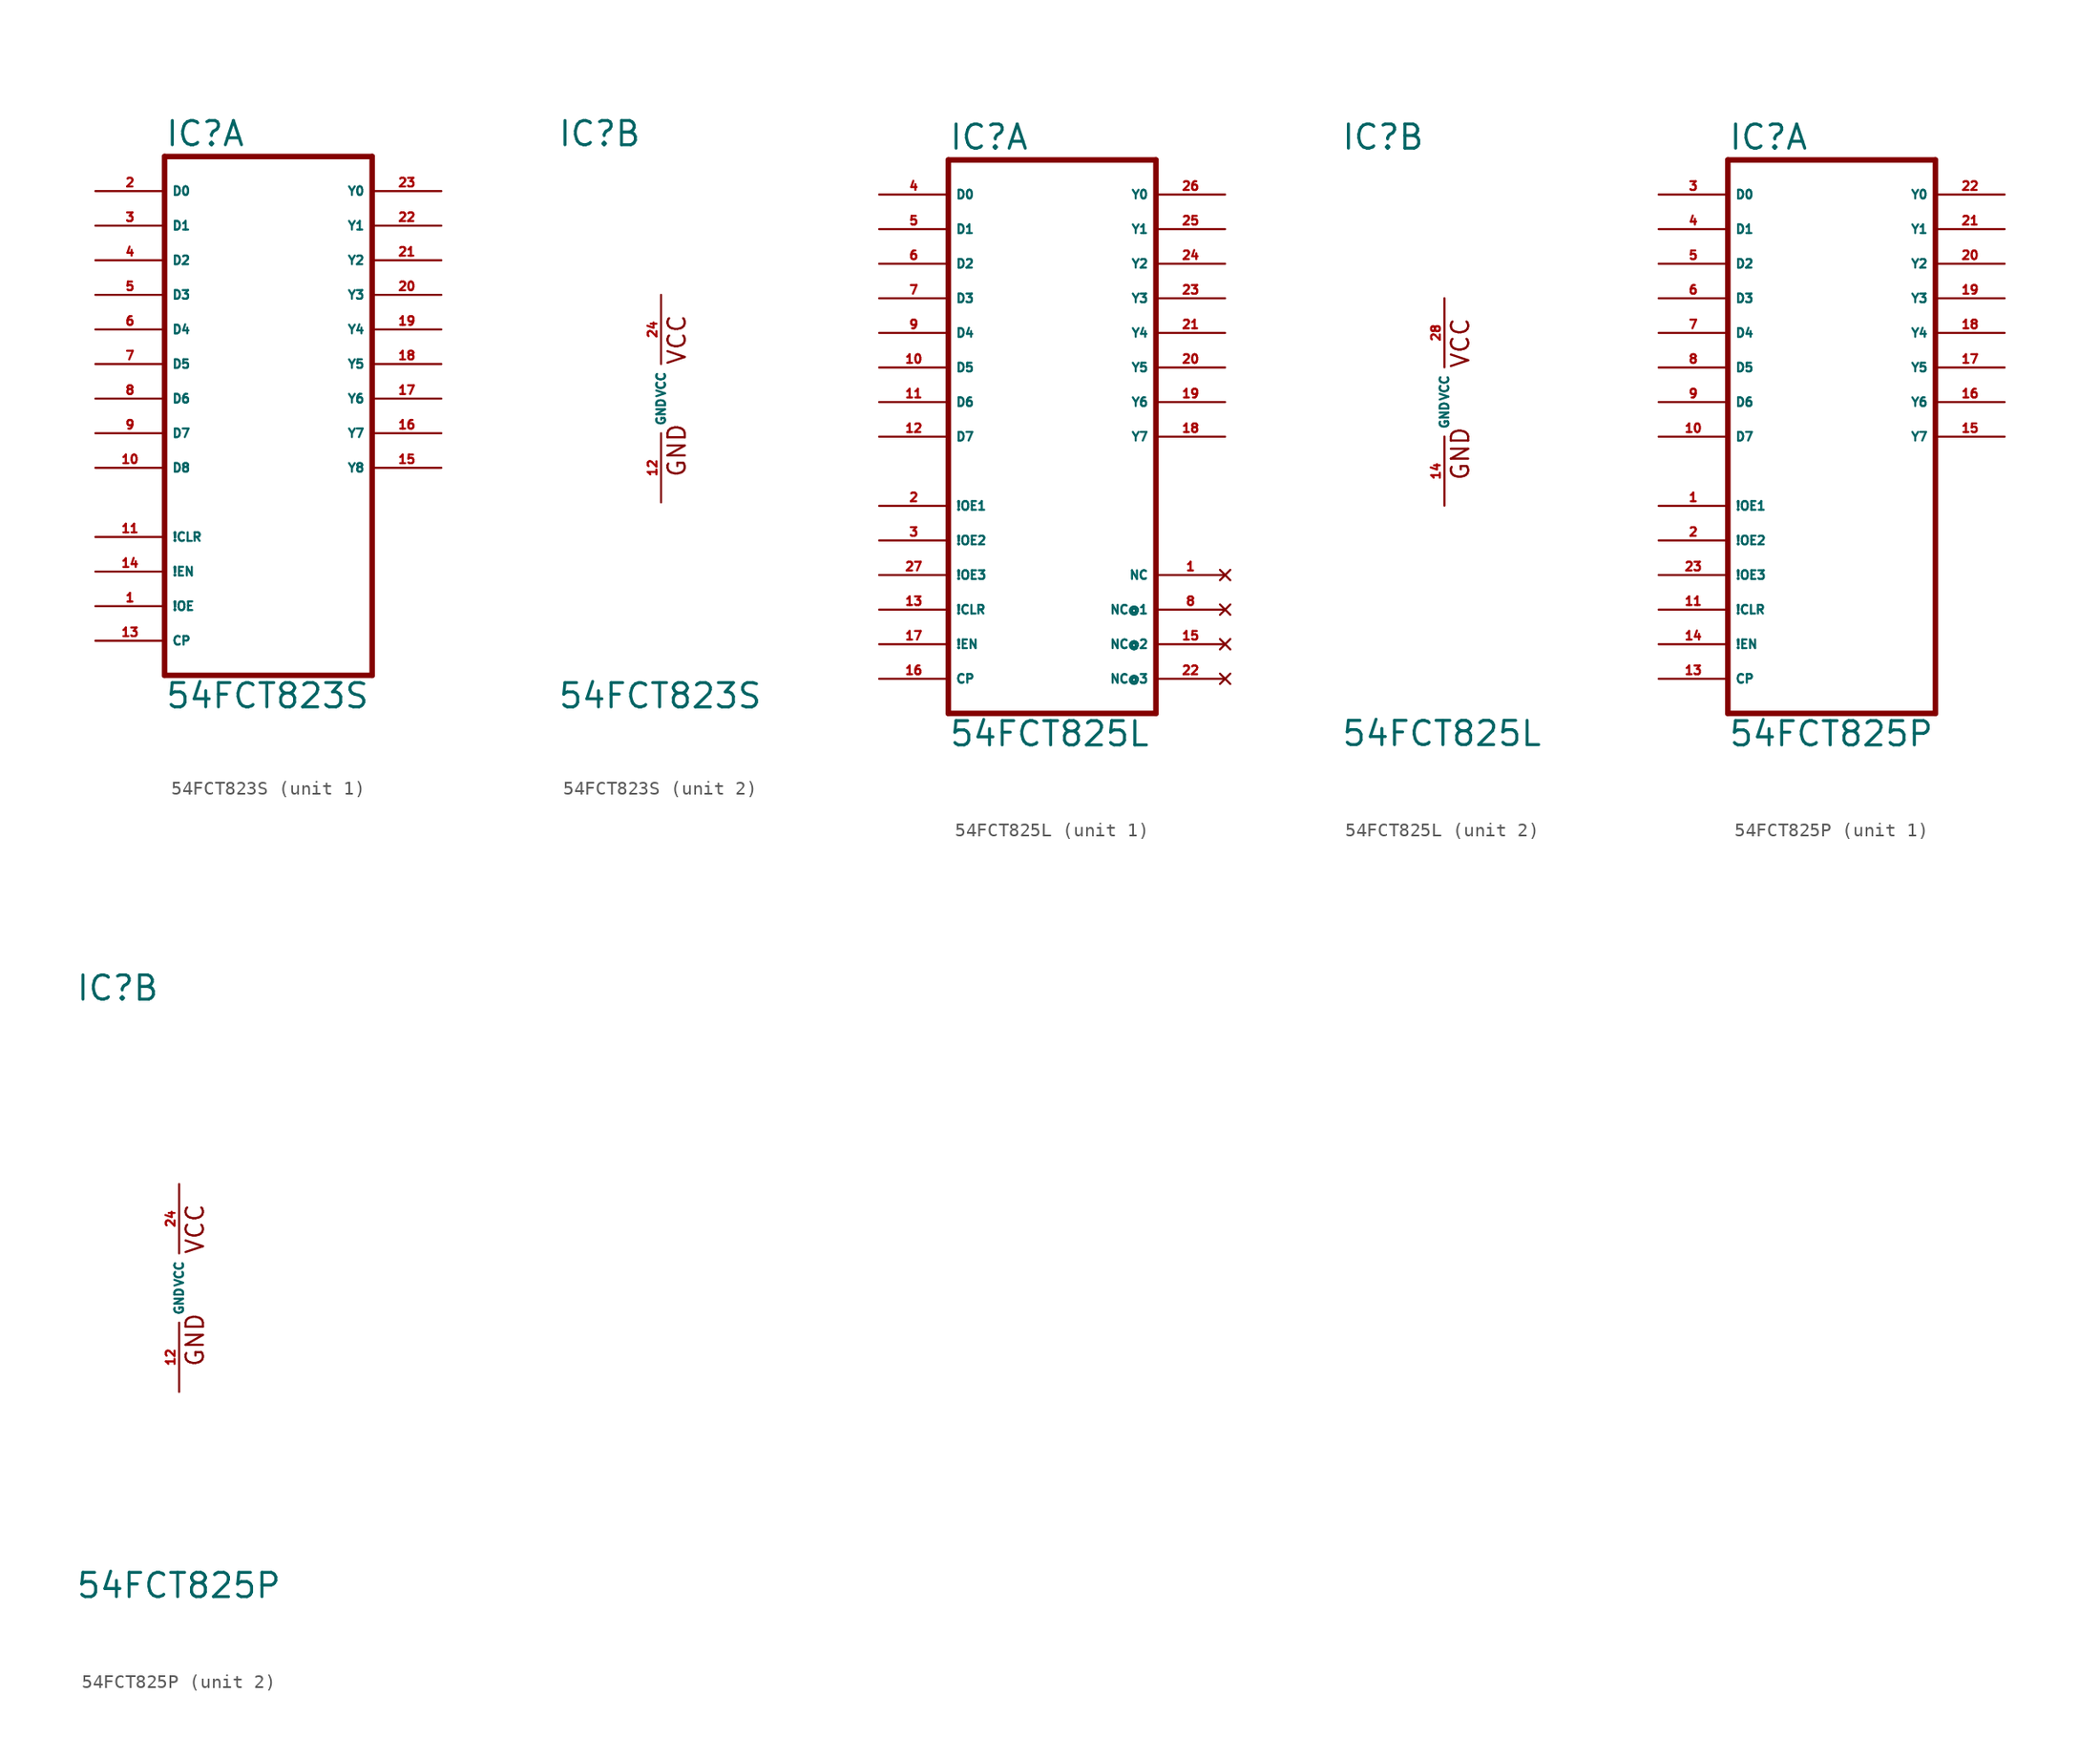
<source format=kicad_sym>
(kicad_symbol_lib
  (version 20220914)
  (generator Eagle2Kicad)
  (symbol "54FCT823S"
    (property "Reference" "IC"
      (at -7.62 18.415 0)
      (effects (font (size 1.778 1.778) (thickness 0.22)) (justify left bottom)))
    (property "Value" "54FCT823S"
      (at -7.62 -22.86 0)
      (effects (font (size 1.778 1.778) (thickness 0.22)) (justify left bottom)))
    (symbol "54FCT823S_1_0"
      (polyline (pts (xy -7.62 -20.32) (xy 7.62 -20.32)) (stroke (width 0.406) (type default)) (fill (type none)))
      (polyline (pts (xy 7.62 -20.32) (xy 7.62 17.78)) (stroke (width 0.406) (type default)) (fill (type none)))
      (polyline (pts (xy 7.62 17.78) (xy -7.62 17.78)) (stroke (width 0.406) (type default)) (fill (type none)))
      (polyline (pts (xy -7.62 17.78) (xy -7.62 -20.32)) (stroke (width 0.406) (type default)) (fill (type none)))
      (pin input line (at -12.7 15.24 0) (length 5.08) (name "D0" (effects (font (size 0.635 0.635) (thickness 0.08)) (justify left bottom))) (number "2" (effects (font (size 0.635 0.635) (thickness 0.08)) (justify left bottom))))
      (pin input line (at -12.7 12.7 0) (length 5.08) (name "D1" (effects (font (size 0.635 0.635) (thickness 0.08)) (justify left bottom))) (number "3" (effects (font (size 0.635 0.635) (thickness 0.08)) (justify left bottom))))
      (pin input line (at -12.7 10.16 0) (length 5.08) (name "D2" (effects (font (size 0.635 0.635) (thickness 0.08)) (justify left bottom))) (number "4" (effects (font (size 0.635 0.635) (thickness 0.08)) (justify left bottom))))
      (pin input line (at -12.7 7.62 0) (length 5.08) (name "D3" (effects (font (size 0.635 0.635) (thickness 0.08)) (justify left bottom))) (number "5" (effects (font (size 0.635 0.635) (thickness 0.08)) (justify left bottom))))
      (pin input line (at -12.7 5.08 0) (length 5.08) (name "D4" (effects (font (size 0.635 0.635) (thickness 0.08)) (justify left bottom))) (number "6" (effects (font (size 0.635 0.635) (thickness 0.08)) (justify left bottom))))
      (pin input line (at -12.7 2.54 0) (length 5.08) (name "D5" (effects (font (size 0.635 0.635) (thickness 0.08)) (justify left bottom))) (number "7" (effects (font (size 0.635 0.635) (thickness 0.08)) (justify left bottom))))
      (pin input line (at -12.7 0 0) (length 5.08) (name "D6" (effects (font (size 0.635 0.635) (thickness 0.08)) (justify left bottom))) (number "8" (effects (font (size 0.635 0.635) (thickness 0.08)) (justify left bottom))))
      (pin input line (at -12.7 -2.54 0) (length 5.08) (name "D7" (effects (font (size 0.635 0.635) (thickness 0.08)) (justify left bottom))) (number "9" (effects (font (size 0.635 0.635) (thickness 0.08)) (justify left bottom))))
      (pin input line (at -12.7 -5.08 0) (length 5.08) (name "D8" (effects (font (size 0.635 0.635) (thickness 0.08)) (justify left bottom))) (number "10" (effects (font (size 0.635 0.635) (thickness 0.08)) (justify left bottom))))
      (pin input line (at -12.7 -12.7 0) (length 5.08) (name "!EN" (effects (font (size 0.635 0.635) (thickness 0.08)) (justify left bottom))) (number "14" (effects (font (size 0.635 0.635) (thickness 0.08)) (justify left bottom))))
      (pin input line (at -12.7 -15.24 0) (length 5.08) (name "!OE" (effects (font (size 0.635 0.635) (thickness 0.08)) (justify left bottom))) (number "1" (effects (font (size 0.635 0.635) (thickness 0.08)) (justify left bottom))))
      (pin input line (at -12.7 -17.78 0) (length 5.08) (name "CP" (effects (font (size 0.635 0.635) (thickness 0.08)) (justify left bottom))) (number "13" (effects (font (size 0.635 0.635) (thickness 0.08)) (justify left bottom))))
      (pin output line (at 12.7 15.24 180) (length 5.08) (name "Y0" (effects (font (size 0.635 0.635) (thickness 0.08)) (justify left bottom))) (number "23" (effects (font (size 0.635 0.635) (thickness 0.08)) (justify left bottom))))
      (pin output line (at 12.7 12.7 180) (length 5.08) (name "Y1" (effects (font (size 0.635 0.635) (thickness 0.08)) (justify left bottom))) (number "22" (effects (font (size 0.635 0.635) (thickness 0.08)) (justify left bottom))))
      (pin output line (at 12.7 10.16 180) (length 5.08) (name "Y2" (effects (font (size 0.635 0.635) (thickness 0.08)) (justify left bottom))) (number "21" (effects (font (size 0.635 0.635) (thickness 0.08)) (justify left bottom))))
      (pin output line (at 12.7 7.62 180) (length 5.08) (name "Y3" (effects (font (size 0.635 0.635) (thickness 0.08)) (justify left bottom))) (number "20" (effects (font (size 0.635 0.635) (thickness 0.08)) (justify left bottom))))
      (pin output line (at 12.7 5.08 180) (length 5.08) (name "Y4" (effects (font (size 0.635 0.635) (thickness 0.08)) (justify left bottom))) (number "19" (effects (font (size 0.635 0.635) (thickness 0.08)) (justify left bottom))))
      (pin output line (at 12.7 2.54 180) (length 5.08) (name "Y5" (effects (font (size 0.635 0.635) (thickness 0.08)) (justify left bottom))) (number "18" (effects (font (size 0.635 0.635) (thickness 0.08)) (justify left bottom))))
      (pin output line (at 12.7 0 180) (length 5.08) (name "Y6" (effects (font (size 0.635 0.635) (thickness 0.08)) (justify left bottom))) (number "17" (effects (font (size 0.635 0.635) (thickness 0.08)) (justify left bottom))))
      (pin output line (at 12.7 -2.54 180) (length 5.08) (name "Y7" (effects (font (size 0.635 0.635) (thickness 0.08)) (justify left bottom))) (number "16" (effects (font (size 0.635 0.635) (thickness 0.08)) (justify left bottom))))
      (pin output line (at 12.7 -5.08 180) (length 5.08) (name "Y8" (effects (font (size 0.635 0.635) (thickness 0.08)) (justify left bottom))) (number "15" (effects (font (size 0.635 0.635) (thickness 0.08)) (justify left bottom))))
      (pin input line (at -12.7 -10.16 0) (length 5.08) (name "!CLR" (effects (font (size 0.635 0.635) (thickness 0.08)) (justify left bottom))) (number "11" (effects (font (size 0.635 0.635) (thickness 0.08)) (justify left bottom)))))
    (symbol "54FCT823S_2_0"
      (text "GND" (at 1.905 -5.842 900) (effects (font (size 1.27 1.27) (thickness 0.16)) (justify left bottom)))
      (text "VCC" (at 1.905 2.413 900) (effects (font (size 1.27 1.27) (thickness 0.16)) (justify left bottom)))
      (pin unspecified line (at 0 7.62 270) (length 5.08) (name "VCC" (effects (font (size 0.635 0.635) (thickness 0.08)) (justify left bottom))) (number "24" (effects (font (size 0.635 0.635) (thickness 0.08)) (justify left bottom))))
      (pin unspecified line (at 0 -7.62 90) (length 5.08) (name "GND" (effects (font (size 0.635 0.635) (thickness 0.08)) (justify left bottom))) (number "12" (effects (font (size 0.635 0.635) (thickness 0.08)) (justify left bottom))))))
  (symbol "54FCT825L"
    (property "Reference" "IC"
      (at -7.62 18.415 0)
      (effects (font (size 1.778 1.778) (thickness 0.22)) (justify left bottom)))
    (property "Value" "54FCT825L"
      (at -7.62 -25.4 0)
      (effects (font (size 1.778 1.778) (thickness 0.22)) (justify left bottom)))
    (symbol "54FCT825L_1_0"
      (polyline (pts (xy -7.62 -22.86) (xy 7.62 -22.86)) (stroke (width 0.406) (type default)) (fill (type none)))
      (polyline (pts (xy 7.62 -22.86) (xy 7.62 17.78)) (stroke (width 0.406) (type default)) (fill (type none)))
      (polyline (pts (xy 7.62 17.78) (xy -7.62 17.78)) (stroke (width 0.406) (type default)) (fill (type none)))
      (polyline (pts (xy -7.62 17.78) (xy -7.62 -22.86)) (stroke (width 0.406) (type default)) (fill (type none)))
      (pin input line (at -12.7 15.24 0) (length 5.08) (name "D0" (effects (font (size 0.635 0.635) (thickness 0.08)) (justify left bottom))) (number "4" (effects (font (size 0.635 0.635) (thickness 0.08)) (justify left bottom))))
      (pin input line (at -12.7 12.7 0) (length 5.08) (name "D1" (effects (font (size 0.635 0.635) (thickness 0.08)) (justify left bottom))) (number "5" (effects (font (size 0.635 0.635) (thickness 0.08)) (justify left bottom))))
      (pin input line (at -12.7 10.16 0) (length 5.08) (name "D2" (effects (font (size 0.635 0.635) (thickness 0.08)) (justify left bottom))) (number "6" (effects (font (size 0.635 0.635) (thickness 0.08)) (justify left bottom))))
      (pin input line (at -12.7 7.62 0) (length 5.08) (name "D3" (effects (font (size 0.635 0.635) (thickness 0.08)) (justify left bottom))) (number "7" (effects (font (size 0.635 0.635) (thickness 0.08)) (justify left bottom))))
      (pin input line (at -12.7 5.08 0) (length 5.08) (name "D4" (effects (font (size 0.635 0.635) (thickness 0.08)) (justify left bottom))) (number "9" (effects (font (size 0.635 0.635) (thickness 0.08)) (justify left bottom))))
      (pin input line (at -12.7 2.54 0) (length 5.08) (name "D5" (effects (font (size 0.635 0.635) (thickness 0.08)) (justify left bottom))) (number "10" (effects (font (size 0.635 0.635) (thickness 0.08)) (justify left bottom))))
      (pin input line (at -12.7 0 0) (length 5.08) (name "D6" (effects (font (size 0.635 0.635) (thickness 0.08)) (justify left bottom))) (number "11" (effects (font (size 0.635 0.635) (thickness 0.08)) (justify left bottom))))
      (pin input line (at -12.7 -2.54 0) (length 5.08) (name "D7" (effects (font (size 0.635 0.635) (thickness 0.08)) (justify left bottom))) (number "12" (effects (font (size 0.635 0.635) (thickness 0.08)) (justify left bottom))))
      (pin input line (at -12.7 -10.16 0) (length 5.08) (name "!OE2" (effects (font (size 0.635 0.635) (thickness 0.08)) (justify left bottom))) (number "3" (effects (font (size 0.635 0.635) (thickness 0.08)) (justify left bottom))))
      (pin input line (at -12.7 -17.78 0) (length 5.08) (name "!EN" (effects (font (size 0.635 0.635) (thickness 0.08)) (justify left bottom))) (number "17" (effects (font (size 0.635 0.635) (thickness 0.08)) (justify left bottom))))
      (pin input line (at -12.7 -12.7 0) (length 5.08) (name "!OE3" (effects (font (size 0.635 0.635) (thickness 0.08)) (justify left bottom))) (number "27" (effects (font (size 0.635 0.635) (thickness 0.08)) (justify left bottom))))
      (pin input line (at -12.7 -20.32 0) (length 5.08) (name "CP" (effects (font (size 0.635 0.635) (thickness 0.08)) (justify left bottom))) (number "16" (effects (font (size 0.635 0.635) (thickness 0.08)) (justify left bottom))))
      (pin output line (at 12.7 15.24 180) (length 5.08) (name "Y0" (effects (font (size 0.635 0.635) (thickness 0.08)) (justify left bottom))) (number "26" (effects (font (size 0.635 0.635) (thickness 0.08)) (justify left bottom))))
      (pin output line (at 12.7 12.7 180) (length 5.08) (name "Y1" (effects (font (size 0.635 0.635) (thickness 0.08)) (justify left bottom))) (number "25" (effects (font (size 0.635 0.635) (thickness 0.08)) (justify left bottom))))
      (pin output line (at 12.7 10.16 180) (length 5.08) (name "Y2" (effects (font (size 0.635 0.635) (thickness 0.08)) (justify left bottom))) (number "24" (effects (font (size 0.635 0.635) (thickness 0.08)) (justify left bottom))))
      (pin output line (at 12.7 7.62 180) (length 5.08) (name "Y3" (effects (font (size 0.635 0.635) (thickness 0.08)) (justify left bottom))) (number "23" (effects (font (size 0.635 0.635) (thickness 0.08)) (justify left bottom))))
      (pin output line (at 12.7 5.08 180) (length 5.08) (name "Y4" (effects (font (size 0.635 0.635) (thickness 0.08)) (justify left bottom))) (number "21" (effects (font (size 0.635 0.635) (thickness 0.08)) (justify left bottom))))
      (pin output line (at 12.7 2.54 180) (length 5.08) (name "Y5" (effects (font (size 0.635 0.635) (thickness 0.08)) (justify left bottom))) (number "20" (effects (font (size 0.635 0.635) (thickness 0.08)) (justify left bottom))))
      (pin output line (at 12.7 0 180) (length 5.08) (name "Y6" (effects (font (size 0.635 0.635) (thickness 0.08)) (justify left bottom))) (number "19" (effects (font (size 0.635 0.635) (thickness 0.08)) (justify left bottom))))
      (pin output line (at 12.7 -2.54 180) (length 5.08) (name "Y7" (effects (font (size 0.635 0.635) (thickness 0.08)) (justify left bottom))) (number "18" (effects (font (size 0.635 0.635) (thickness 0.08)) (justify left bottom))))
      (pin input line (at -12.7 -7.62 0) (length 5.08) (name "!OE1" (effects (font (size 0.635 0.635) (thickness 0.08)) (justify left bottom))) (number "2" (effects (font (size 0.635 0.635) (thickness 0.08)) (justify left bottom))))
      (pin input line (at -12.7 -15.24 0) (length 5.08) (name "!CLR" (effects (font (size 0.635 0.635) (thickness 0.08)) (justify left bottom))) (number "13" (effects (font (size 0.635 0.635) (thickness 0.08)) (justify left bottom))))
      (pin no_connect line (at 12.7 -20.32 180) (length 5.08) (name "NC@3" (effects (font (size 0.635 0.635) (thickness 0.08)) (justify left bottom) hide)) (number "22" (effects (font (size 0.635 0.635) (thickness 0.08)) (justify left bottom) hide)))
      (pin no_connect line (at 12.7 -17.78 180) (length 5.08) (name "NC@2" (effects (font (size 0.635 0.635) (thickness 0.08)) (justify left bottom) hide)) (number "15" (effects (font (size 0.635 0.635) (thickness 0.08)) (justify left bottom) hide)))
      (pin no_connect line (at 12.7 -15.24 180) (length 5.08) (name "NC@1" (effects (font (size 0.635 0.635) (thickness 0.08)) (justify left bottom) hide)) (number "8" (effects (font (size 0.635 0.635) (thickness 0.08)) (justify left bottom) hide)))
      (pin no_connect line (at 12.7 -12.7 180) (length 5.08) (name "NC" (effects (font (size 0.635 0.635) (thickness 0.08)) (justify left bottom) hide)) (number "1" (effects (font (size 0.635 0.635) (thickness 0.08)) (justify left bottom) hide))))
    (symbol "54FCT825L_2_0"
      (text "GND" (at 1.905 -5.842 900) (effects (font (size 1.27 1.27) (thickness 0.16)) (justify left bottom)))
      (text "VCC" (at 1.905 2.413 900) (effects (font (size 1.27 1.27) (thickness 0.16)) (justify left bottom)))
      (pin unspecified line (at 0 7.62 270) (length 5.08) (name "VCC" (effects (font (size 0.635 0.635) (thickness 0.08)) (justify left bottom))) (number "28" (effects (font (size 0.635 0.635) (thickness 0.08)) (justify left bottom))))
      (pin unspecified line (at 0 -7.62 90) (length 5.08) (name "GND" (effects (font (size 0.635 0.635) (thickness 0.08)) (justify left bottom))) (number "14" (effects (font (size 0.635 0.635) (thickness 0.08)) (justify left bottom))))))
  (symbol "54FCT825P"
    (property "Reference" "IC"
      (at -7.62 20.955 0)
      (effects (font (size 1.778 1.778) (thickness 0.22)) (justify left bottom)))
    (property "Value" "54FCT825P"
      (at -7.62 -22.86 0)
      (effects (font (size 1.778 1.778) (thickness 0.22)) (justify left bottom)))
    (symbol "54FCT825P_1_0"
      (polyline (pts (xy -7.62 -20.32) (xy 7.62 -20.32)) (stroke (width 0.406) (type default)) (fill (type none)))
      (polyline (pts (xy 7.62 -20.32) (xy 7.62 20.32)) (stroke (width 0.406) (type default)) (fill (type none)))
      (polyline (pts (xy 7.62 20.32) (xy -7.62 20.32)) (stroke (width 0.406) (type default)) (fill (type none)))
      (polyline (pts (xy -7.62 20.32) (xy -7.62 -20.32)) (stroke (width 0.406) (type default)) (fill (type none)))
      (pin input line (at -12.7 17.78 0) (length 5.08) (name "D0" (effects (font (size 0.635 0.635) (thickness 0.08)) (justify left bottom))) (number "3" (effects (font (size 0.635 0.635) (thickness 0.08)) (justify left bottom))))
      (pin input line (at -12.7 15.24 0) (length 5.08) (name "D1" (effects (font (size 0.635 0.635) (thickness 0.08)) (justify left bottom))) (number "4" (effects (font (size 0.635 0.635) (thickness 0.08)) (justify left bottom))))
      (pin input line (at -12.7 12.7 0) (length 5.08) (name "D2" (effects (font (size 0.635 0.635) (thickness 0.08)) (justify left bottom))) (number "5" (effects (font (size 0.635 0.635) (thickness 0.08)) (justify left bottom))))
      (pin input line (at -12.7 10.16 0) (length 5.08) (name "D3" (effects (font (size 0.635 0.635) (thickness 0.08)) (justify left bottom))) (number "6" (effects (font (size 0.635 0.635) (thickness 0.08)) (justify left bottom))))
      (pin input line (at -12.7 7.62 0) (length 5.08) (name "D4" (effects (font (size 0.635 0.635) (thickness 0.08)) (justify left bottom))) (number "7" (effects (font (size 0.635 0.635) (thickness 0.08)) (justify left bottom))))
      (pin input line (at -12.7 5.08 0) (length 5.08) (name "D5" (effects (font (size 0.635 0.635) (thickness 0.08)) (justify left bottom))) (number "8" (effects (font (size 0.635 0.635) (thickness 0.08)) (justify left bottom))))
      (pin input line (at -12.7 2.54 0) (length 5.08) (name "D6" (effects (font (size 0.635 0.635) (thickness 0.08)) (justify left bottom))) (number "9" (effects (font (size 0.635 0.635) (thickness 0.08)) (justify left bottom))))
      (pin input line (at -12.7 0 0) (length 5.08) (name "D7" (effects (font (size 0.635 0.635) (thickness 0.08)) (justify left bottom))) (number "10" (effects (font (size 0.635 0.635) (thickness 0.08)) (justify left bottom))))
      (pin input line (at -12.7 -7.62 0) (length 5.08) (name "!OE2" (effects (font (size 0.635 0.635) (thickness 0.08)) (justify left bottom))) (number "2" (effects (font (size 0.635 0.635) (thickness 0.08)) (justify left bottom))))
      (pin input line (at -12.7 -15.24 0) (length 5.08) (name "!EN" (effects (font (size 0.635 0.635) (thickness 0.08)) (justify left bottom))) (number "14" (effects (font (size 0.635 0.635) (thickness 0.08)) (justify left bottom))))
      (pin input line (at -12.7 -10.16 0) (length 5.08) (name "!OE3" (effects (font (size 0.635 0.635) (thickness 0.08)) (justify left bottom))) (number "23" (effects (font (size 0.635 0.635) (thickness 0.08)) (justify left bottom))))
      (pin input line (at -12.7 -17.78 0) (length 5.08) (name "CP" (effects (font (size 0.635 0.635) (thickness 0.08)) (justify left bottom))) (number "13" (effects (font (size 0.635 0.635) (thickness 0.08)) (justify left bottom))))
      (pin output line (at 12.7 17.78 180) (length 5.08) (name "Y0" (effects (font (size 0.635 0.635) (thickness 0.08)) (justify left bottom))) (number "22" (effects (font (size 0.635 0.635) (thickness 0.08)) (justify left bottom))))
      (pin output line (at 12.7 15.24 180) (length 5.08) (name "Y1" (effects (font (size 0.635 0.635) (thickness 0.08)) (justify left bottom))) (number "21" (effects (font (size 0.635 0.635) (thickness 0.08)) (justify left bottom))))
      (pin output line (at 12.7 12.7 180) (length 5.08) (name "Y2" (effects (font (size 0.635 0.635) (thickness 0.08)) (justify left bottom))) (number "20" (effects (font (size 0.635 0.635) (thickness 0.08)) (justify left bottom))))
      (pin output line (at 12.7 10.16 180) (length 5.08) (name "Y3" (effects (font (size 0.635 0.635) (thickness 0.08)) (justify left bottom))) (number "19" (effects (font (size 0.635 0.635) (thickness 0.08)) (justify left bottom))))
      (pin output line (at 12.7 7.62 180) (length 5.08) (name "Y4" (effects (font (size 0.635 0.635) (thickness 0.08)) (justify left bottom))) (number "18" (effects (font (size 0.635 0.635) (thickness 0.08)) (justify left bottom))))
      (pin output line (at 12.7 5.08 180) (length 5.08) (name "Y5" (effects (font (size 0.635 0.635) (thickness 0.08)) (justify left bottom))) (number "17" (effects (font (size 0.635 0.635) (thickness 0.08)) (justify left bottom))))
      (pin output line (at 12.7 2.54 180) (length 5.08) (name "Y6" (effects (font (size 0.635 0.635) (thickness 0.08)) (justify left bottom))) (number "16" (effects (font (size 0.635 0.635) (thickness 0.08)) (justify left bottom))))
      (pin output line (at 12.7 0 180) (length 5.08) (name "Y7" (effects (font (size 0.635 0.635) (thickness 0.08)) (justify left bottom))) (number "15" (effects (font (size 0.635 0.635) (thickness 0.08)) (justify left bottom))))
      (pin input line (at -12.7 -5.08 0) (length 5.08) (name "!OE1" (effects (font (size 0.635 0.635) (thickness 0.08)) (justify left bottom))) (number "1" (effects (font (size 0.635 0.635) (thickness 0.08)) (justify left bottom))))
      (pin input line (at -12.7 -12.7 0) (length 5.08) (name "!CLR" (effects (font (size 0.635 0.635) (thickness 0.08)) (justify left bottom))) (number "11" (effects (font (size 0.635 0.635) (thickness 0.08)) (justify left bottom)))))
    (symbol "54FCT825P_2_0"
      (text "GND" (at 1.905 -5.842 900) (effects (font (size 1.27 1.27) (thickness 0.16)) (justify left bottom)))
      (text "VCC" (at 1.905 2.413 900) (effects (font (size 1.27 1.27) (thickness 0.16)) (justify left bottom)))
      (pin unspecified line (at 0 7.62 270) (length 5.08) (name "VCC" (effects (font (size 0.635 0.635) (thickness 0.08)) (justify left bottom))) (number "24" (effects (font (size 0.635 0.635) (thickness 0.08)) (justify left bottom))))
      (pin unspecified line (at 0 -7.62 90) (length 5.08) (name "GND" (effects (font (size 0.635 0.635) (thickness 0.08)) (justify left bottom))) (number "12" (effects (font (size 0.635 0.635) (thickness 0.08)) (justify left bottom)))))))
</source>
